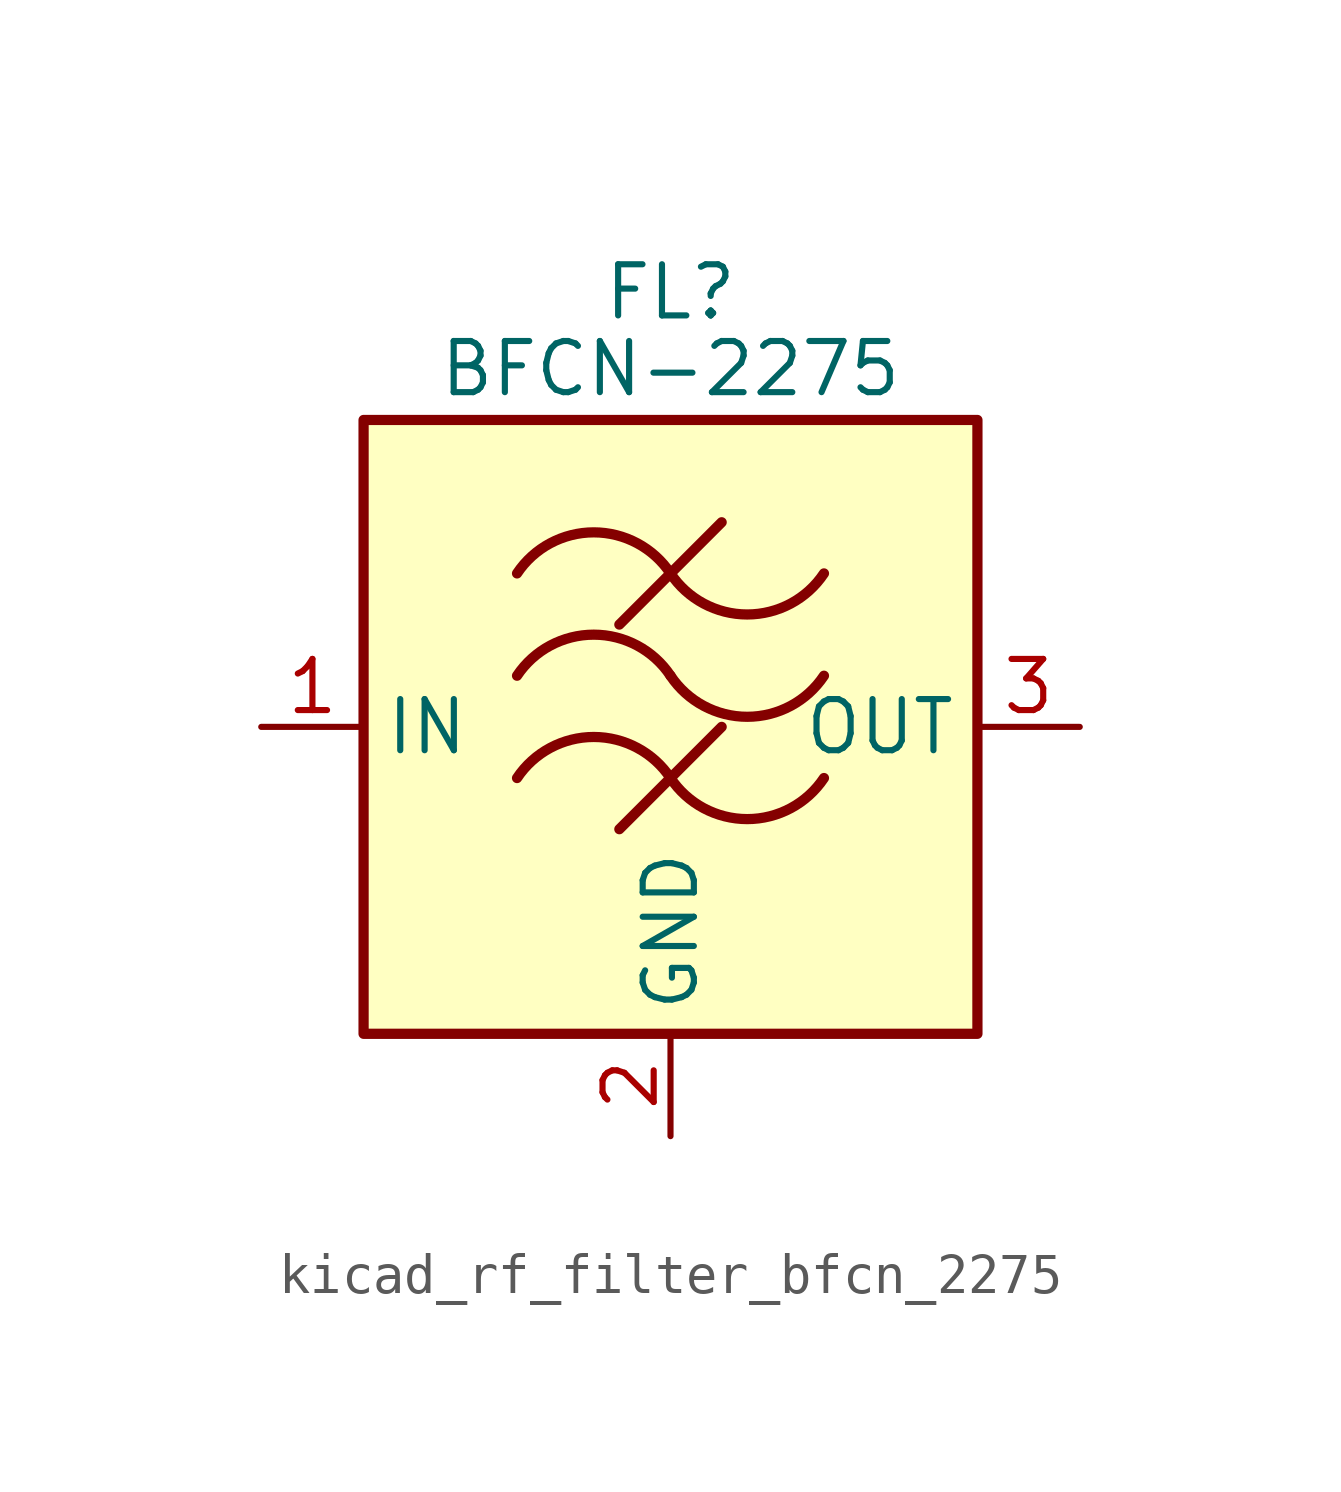
<source format=kicad_sym>
(kicad_symbol_lib
  (version 20220914)
  (generator kicad_symbol_editor)
  (symbol "kicad_rf_filter_bfcn_2275"
    (property "Reference" "FL"
      (at 0 10.795 0)
      (effects (font (size 1.27 1.27))))
    (property "Value" "BFCN-2275"
      (at 0 8.89 0)
      (effects (font (size 1.27 1.27))))
    (symbol "kicad_rf_filter_bfcn_2275_0_1"
      (rectangle (start -7.62 7.62) (end 7.62 -7.62) (stroke (width 0.254) (type default)) (fill (type background)))
      (arc (start 0 -1.27) (mid -1.905 -0.2505) (end -3.81 -1.27) (stroke (width 0.254) (type default)) (fill (type none)))
      (arc (start 0 -1.27) (mid 1.905 -2.2895) (end 3.81 -1.27) (stroke (width 0.254) (type default)) (fill (type none)))
      (polyline (pts (xy -1.27 -2.54) (xy 1.27 0)) (stroke (width 0.254) (type default)) (fill (type none)))
      (polyline (pts (xy -1.27 2.54) (xy 1.27 5.08)) (stroke (width 0.254) (type default)) (fill (type none)))
      (arc (start 0 1.27) (mid -1.905 2.2895) (end -3.81 1.27) (stroke (width 0.254) (type default)) (fill (type none)))
      (arc (start 0 1.27) (mid 1.905 0.2505) (end 3.81 1.27) (stroke (width 0.254) (type default)) (fill (type none)))
      (arc (start 0 3.81) (mid -1.905 4.8295) (end -3.81 3.81) (stroke (width 0.254) (type default)) (fill (type none)))
      (arc (start 0 3.81) (mid 1.905 2.7905) (end 3.81 3.81) (stroke (width 0.254) (type default)) (fill (type none))))
    (symbol "kicad_rf_filter_bfcn_2275_1_1"
      (pin passive line (at -10.16 0 0) (length 2.54) (name "IN" (effects (font (size 1.27 1.27)))) (number "1" (effects (font (size 1.27 1.27)))))
      (pin passive line (at 0 -10.16 90) (length 2.54) (name "GND" (effects (font (size 1.27 1.27)))) (number "2" (effects (font (size 1.27 1.27)))))
      (pin passive line (at 10.16 0 180) (length 2.54) (name "OUT" (effects (font (size 1.27 1.27)))) (number "3" (effects (font (size 1.27 1.27)))))
      (pin passive line (at 0 -10.16 90) (length 2.54) hide (name "GND" (effects (font (size 1.27 1.27)))) (number "4" (effects (font (size 1.27 1.27))))))))
</source>
